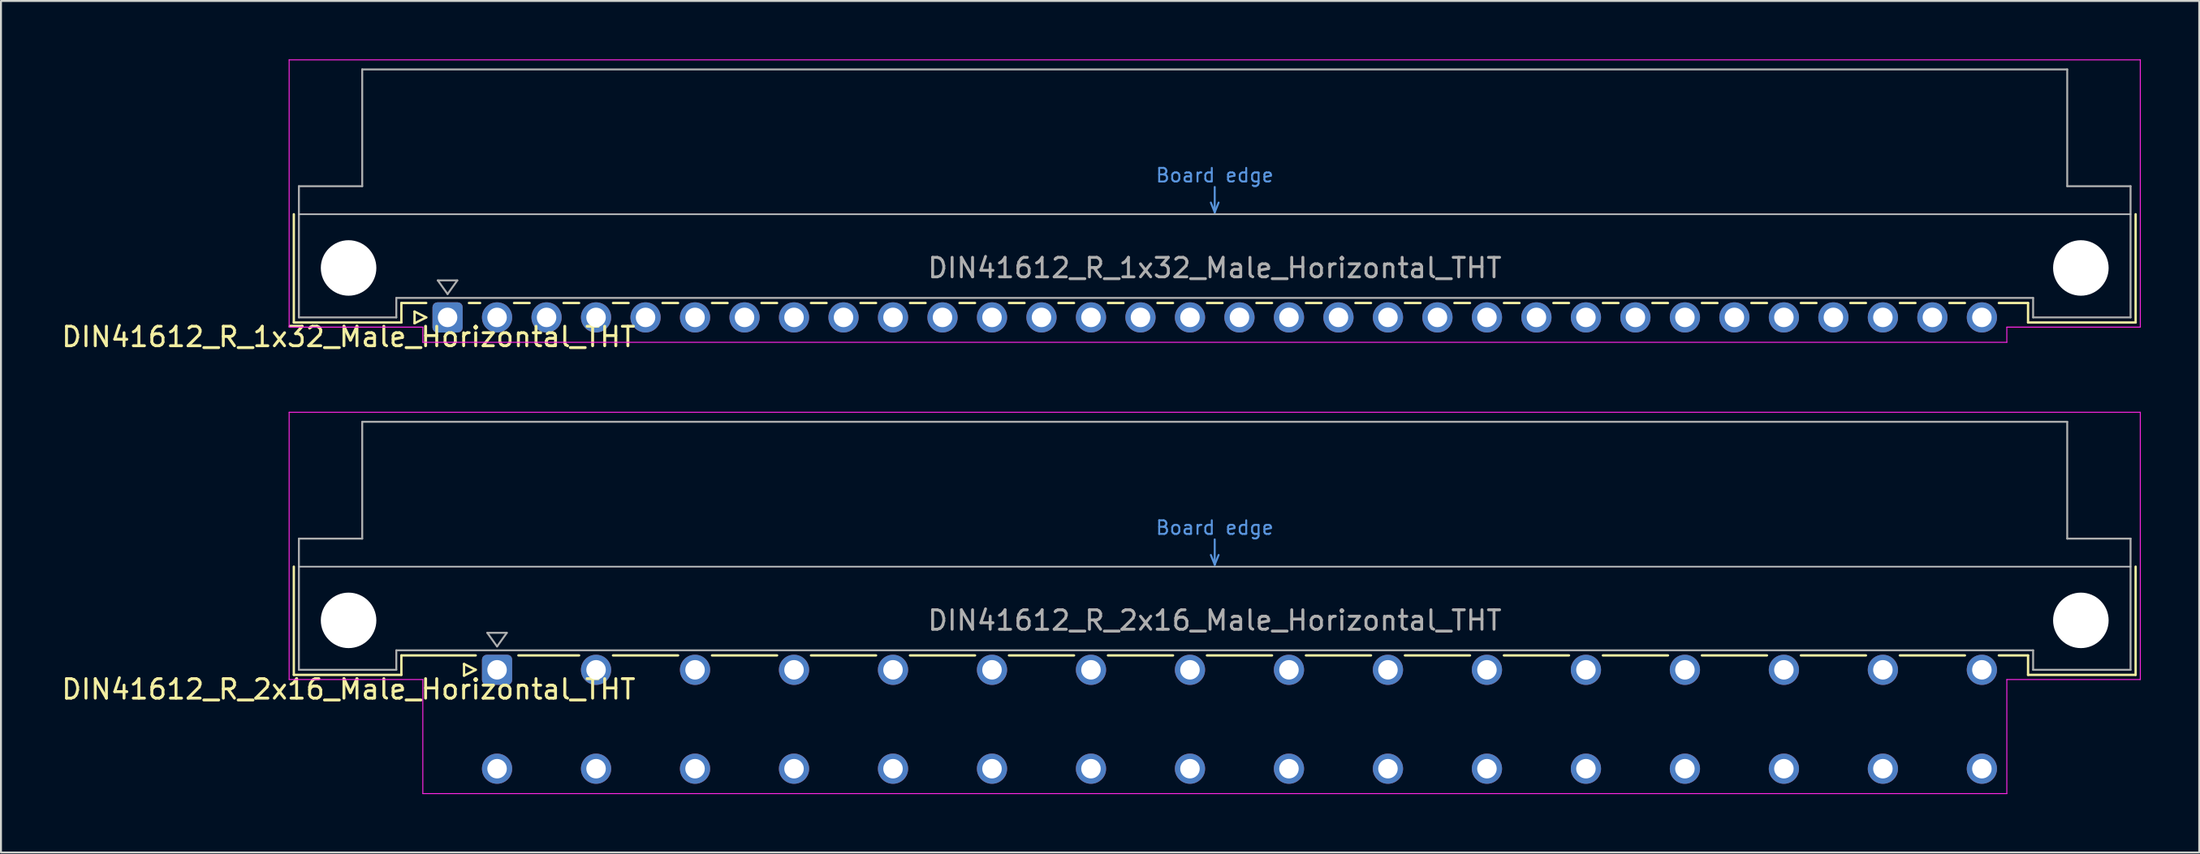
<source format=kicad_pcb>
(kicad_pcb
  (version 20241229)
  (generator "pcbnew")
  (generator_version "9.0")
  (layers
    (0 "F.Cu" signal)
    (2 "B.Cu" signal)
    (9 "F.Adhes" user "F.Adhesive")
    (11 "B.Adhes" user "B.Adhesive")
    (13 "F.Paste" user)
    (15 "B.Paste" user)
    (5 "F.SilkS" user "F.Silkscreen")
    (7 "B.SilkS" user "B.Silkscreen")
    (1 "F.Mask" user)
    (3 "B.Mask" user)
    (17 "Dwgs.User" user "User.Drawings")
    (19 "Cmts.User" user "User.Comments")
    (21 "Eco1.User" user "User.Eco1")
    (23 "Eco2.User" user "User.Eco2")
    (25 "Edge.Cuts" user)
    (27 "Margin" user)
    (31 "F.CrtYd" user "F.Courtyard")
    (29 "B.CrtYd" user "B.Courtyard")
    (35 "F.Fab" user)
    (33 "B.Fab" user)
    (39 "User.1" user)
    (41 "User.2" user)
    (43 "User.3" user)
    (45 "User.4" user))
  (footprint "DIN41612_R_1x32_Male_Horizontal_THT"
    (layer "F.Cu")
    (at 19.919 13.255)
    (property "Reference" "DIN41612_R_1x32_Male_Horizontal_THT" (at -5.08 1 0) (layer "F.SilkS") (effects (font (size 1 1) (thickness 0.15))))
    (attr through_hole)
    (fp_line (start -7.89 -5.3) (end -7.89 0.26) (stroke (width 0.12) (type solid)) (layer "F.SilkS"))
    (fp_line (start -7.89 0.26) (end -2.37 0.26) (stroke (width 0.12) (type solid)) (layer "F.SilkS"))
    (fp_line (start -2.371 -0.74) (end -1.095 -0.74) (stroke (width 0.12) (type solid)) (layer "F.SilkS"))
    (fp_line (start -2.37 0.26) (end -2.37 -0.74) (stroke (width 0.12) (type solid)) (layer "F.SilkS"))
    (fp_line (start -1.695 -0.3) (end -1.695 0.3) (stroke (width 0.12) (type solid)) (layer "F.SilkS"))
    (fp_line (start -1.695 0.3) (end -1.095 0) (stroke (width 0.12) (type solid)) (layer "F.SilkS"))
    (fp_line (start -1.095 0) (end -1.695 -0.3) (stroke (width 0.12) (type solid)) (layer "F.SilkS"))
    (fp_line (start 1.095 -0.74) (end 1.671 -0.74) (stroke (width 0.12) (type solid)) (layer "F.SilkS"))
    (fp_line (start 3.41 -0.74) (end 4.211 -0.74) (stroke (width 0.12) (type solid)) (layer "F.SilkS"))
    (fp_line (start 5.95 -0.74) (end 6.751 -0.74) (stroke (width 0.12) (type solid)) (layer "F.SilkS"))
    (fp_line (start 8.49 -0.74) (end 9.291 -0.74) (stroke (width 0.12) (type solid)) (layer "F.SilkS"))
    (fp_line (start 11.03 -0.74) (end 11.831 -0.74) (stroke (width 0.12) (type solid)) (layer "F.SilkS"))
    (fp_line (start 13.57 -0.74) (end 14.371 -0.74) (stroke (width 0.12) (type solid)) (layer "F.SilkS"))
    (fp_line (start 16.11 -0.74) (end 16.911 -0.74) (stroke (width 0.12) (type solid)) (layer "F.SilkS"))
    (fp_line (start 18.65 -0.74) (end 19.451 -0.74) (stroke (width 0.12) (type solid)) (layer "F.SilkS"))
    (fp_line (start 21.19 -0.74) (end 21.991 -0.74) (stroke (width 0.12) (type solid)) (layer "F.SilkS"))
    (fp_line (start 23.73 -0.74) (end 24.531 -0.74) (stroke (width 0.12) (type solid)) (layer "F.SilkS"))
    (fp_line (start 26.27 -0.74) (end 27.071 -0.74) (stroke (width 0.12) (type solid)) (layer "F.SilkS"))
    (fp_line (start 28.81 -0.74) (end 29.611 -0.74) (stroke (width 0.12) (type solid)) (layer "F.SilkS"))
    (fp_line (start 31.35 -0.74) (end 32.151 -0.74) (stroke (width 0.12) (type solid)) (layer "F.SilkS"))
    (fp_line (start 33.89 -0.74) (end 34.691 -0.74) (stroke (width 0.12) (type solid)) (layer "F.SilkS"))
    (fp_line (start 36.43 -0.74) (end 37.231 -0.74) (stroke (width 0.12) (type solid)) (layer "F.SilkS"))
    (fp_line (start 38.97 -0.74) (end 39.771 -0.74) (stroke (width 0.12) (type solid)) (layer "F.SilkS"))
    (fp_line (start 41.51 -0.74) (end 42.311 -0.74) (stroke (width 0.12) (type solid)) (layer "F.SilkS"))
    (fp_line (start 44.05 -0.74) (end 44.851 -0.74) (stroke (width 0.12) (type solid)) (layer "F.SilkS"))
    (fp_line (start 46.59 -0.74) (end 47.391 -0.74) (stroke (width 0.12) (type solid)) (layer "F.SilkS"))
    (fp_line (start 49.13 -0.74) (end 49.931 -0.74) (stroke (width 0.12) (type solid)) (layer "F.SilkS"))
    (fp_line (start 51.67 -0.74) (end 52.471 -0.74) (stroke (width 0.12) (type solid)) (layer "F.SilkS"))
    (fp_line (start 54.21 -0.74) (end 55.011 -0.74) (stroke (width 0.12) (type solid)) (layer "F.SilkS"))
    (fp_line (start 56.75 -0.74) (end 57.551 -0.74) (stroke (width 0.12) (type solid)) (layer "F.SilkS"))
    (fp_line (start 59.29 -0.74) (end 60.091 -0.74) (stroke (width 0.12) (type solid)) (layer "F.SilkS"))
    (fp_line (start 61.83 -0.74) (end 62.631 -0.74) (stroke (width 0.12) (type solid)) (layer "F.SilkS"))
    (fp_line (start 64.37 -0.74) (end 65.171 -0.74) (stroke (width 0.12) (type solid)) (layer "F.SilkS"))
    (fp_line (start 66.91 -0.74) (end 67.711 -0.74) (stroke (width 0.12) (type solid)) (layer "F.SilkS"))
    (fp_line (start 69.45 -0.74) (end 70.251 -0.74) (stroke (width 0.12) (type solid)) (layer "F.SilkS"))
    (fp_line (start 71.99 -0.74) (end 72.791 -0.74) (stroke (width 0.12) (type solid)) (layer "F.SilkS"))
    (fp_line (start 74.53 -0.74) (end 75.331 -0.74) (stroke (width 0.12) (type solid)) (layer "F.SilkS"))
    (fp_line (start 77.07 -0.74) (end 77.871 -0.74) (stroke (width 0.12) (type solid)) (layer "F.SilkS"))
    (fp_line (start 79.61 -0.74) (end 81.11 -0.74) (stroke (width 0.12) (type solid)) (layer "F.SilkS"))
    (fp_line (start 81.11 0.26) (end 81.11 -0.74) (stroke (width 0.12) (type solid)) (layer "F.SilkS"))
    (fp_line (start 86.63 -5.3) (end 86.63 0.26) (stroke (width 0.12) (type solid)) (layer "F.SilkS"))
    (fp_line (start 86.63 0.26) (end 81.11 0.26) (stroke (width 0.12) (type solid)) (layer "F.SilkS"))
    (fp_line (start -7.63 -5.3) (end 86.37 -5.3) (stroke (width 0.08) (type solid)) (layer "Dwgs.User"))
    (fp_line (start 39.17 -5.9) (end 39.37 -5.4) (stroke (width 0.1) (type solid)) (layer "Cmts.User"))
    (fp_line (start 39.37 -5.4) (end 39.37 -6.7) (stroke (width 0.1) (type solid)) (layer "Cmts.User"))
    (fp_line (start 39.37 -5.4) (end 39.57 -5.9) (stroke (width 0.1) (type solid)) (layer "Cmts.User"))
    (fp_line (start -8.13 -13.23) (end -8.13 0.5) (stroke (width 0.05) (type solid)) (layer "F.CrtYd"))
    (fp_line (start -8.13 0.5) (end -1.27 0.5) (stroke (width 0.05) (type solid)) (layer "F.CrtYd"))
    (fp_line (start -1.27 0.5) (end -1.27 1.28) (stroke (width 0.05) (type solid)) (layer "F.CrtYd"))
    (fp_line (start -1.27 1.28) (end 80.02 1.28) (stroke (width 0.05) (type solid)) (layer "F.CrtYd"))
    (fp_line (start 80.02 0.5) (end 86.87 0.5) (stroke (width 0.05) (type solid)) (layer "F.CrtYd"))
    (fp_line (start 80.02 1.28) (end 80.02 0.5) (stroke (width 0.05) (type solid)) (layer "F.CrtYd"))
    (fp_line (start 86.87 -13.23) (end -8.13 -13.23) (stroke (width 0.05) (type solid)) (layer "F.CrtYd"))
    (fp_line (start 86.87 0.5) (end 86.87 -13.23) (stroke (width 0.05) (type solid)) (layer "F.CrtYd"))
    (fp_line (start -7.63 -6.74) (end -7.63 0) (stroke (width 0.1) (type solid)) (layer "F.Fab"))
    (fp_line (start -7.63 0) (end -2.63 0) (stroke (width 0.1) (type solid)) (layer "F.Fab"))
    (fp_line (start -4.38 -12.74) (end -4.38 -6.74) (stroke (width 0.1) (type solid)) (layer "F.Fab"))
    (fp_line (start -4.38 -6.74) (end -7.63 -6.74) (stroke (width 0.1) (type solid)) (layer "F.Fab"))
    (fp_line (start -2.63 -1) (end 81.37 -1) (stroke (width 0.1) (type solid)) (layer "F.Fab"))
    (fp_line (start -2.63 0) (end -2.63 -1) (stroke (width 0.1) (type solid)) (layer "F.Fab"))
    (fp_line (start -0.5 -1.9) (end 0.5 -1.9) (stroke (width 0.1) (type solid)) (layer "F.Fab"))
    (fp_line (start 0 -1.2) (end -0.5 -1.9) (stroke (width 0.1) (type solid)) (layer "F.Fab"))
    (fp_line (start 0.5 -1.9) (end 0 -1.2) (stroke (width 0.1) (type solid)) (layer "F.Fab"))
    (fp_line (start 81.37 -1) (end 81.37 0) (stroke (width 0.1) (type solid)) (layer "F.Fab"))
    (fp_line (start 81.37 0) (end 86.37 0) (stroke (width 0.1) (type solid)) (layer "F.Fab"))
    (fp_line (start 83.12 -12.74) (end -4.38 -12.74) (stroke (width 0.1) (type solid)) (layer "F.Fab"))
    (fp_line (start 83.12 -6.74) (end 83.12 -12.74) (stroke (width 0.1) (type solid)) (layer "F.Fab"))
    (fp_line (start 86.37 -6.74) (end 83.12 -6.74) (stroke (width 0.1) (type solid)) (layer "F.Fab"))
    (fp_line (start 86.37 0) (end 86.37 -6.74) (stroke (width 0.1) (type solid)) (layer "F.Fab"))
    (fp_text user "Board edge" (at 39.37 -7.3 0) (layer "Cmts.User") (effects (font (size 0.7 0.7) (thickness 0.1))))
    (fp_text user "${REFERENCE}" (at 39.37 -2.54 0) (layer "F.Fab") (effects (font (size 1 1) (thickness 0.15))))
    (pad "" np_thru_hole circle (at -5.08 -2.54) (size 2.85 2.85) (drill 2.85) (layers "*.Cu" "*.Mask"))
    (pad "" np_thru_hole circle (at 83.82 -2.54) (size 2.85 2.85) (drill 2.85) (layers "*.Cu" "*.Mask"))
    (pad "a1" thru_hole roundrect (at 0 0) (size 1.55 1.55) (drill 1) (layers "*.Cu" "*.Mask") (roundrect_rratio 0.161))
    (pad "a2" thru_hole circle (at 2.54 0) (size 1.55 1.55) (drill 1) (layers "*.Cu" "*.Mask"))
    (pad "a3" thru_hole circle (at 5.08 0) (size 1.55 1.55) (drill 1) (layers "*.Cu" "*.Mask"))
    (pad "a4" thru_hole circle (at 7.62 0) (size 1.55 1.55) (drill 1) (layers "*.Cu" "*.Mask"))
    (pad "a5" thru_hole circle (at 10.16 0) (size 1.55 1.55) (drill 1) (layers "*.Cu" "*.Mask"))
    (pad "a6" thru_hole circle (at 12.7 0) (size 1.55 1.55) (drill 1) (layers "*.Cu" "*.Mask"))
    (pad "a7" thru_hole circle (at 15.24 0) (size 1.55 1.55) (drill 1) (layers "*.Cu" "*.Mask"))
    (pad "a8" thru_hole circle (at 17.78 0) (size 1.55 1.55) (drill 1) (layers "*.Cu" "*.Mask"))
    (pad "a9" thru_hole circle (at 20.32 0) (size 1.55 1.55) (drill 1) (layers "*.Cu" "*.Mask"))
    (pad "a10" thru_hole circle (at 22.86 0) (size 1.55 1.55) (drill 1) (layers "*.Cu" "*.Mask"))
    (pad "a11" thru_hole circle (at 25.4 0) (size 1.55 1.55) (drill 1) (layers "*.Cu" "*.Mask"))
    (pad "a12" thru_hole circle (at 27.94 0) (size 1.55 1.55) (drill 1) (layers "*.Cu" "*.Mask"))
    (pad "a13" thru_hole circle (at 30.48 0) (size 1.55 1.55) (drill 1) (layers "*.Cu" "*.Mask"))
    (pad "a14" thru_hole circle (at 33.02 0) (size 1.55 1.55) (drill 1) (layers "*.Cu" "*.Mask"))
    (pad "a15" thru_hole circle (at 35.56 0) (size 1.55 1.55) (drill 1) (layers "*.Cu" "*.Mask"))
    (pad "a16" thru_hole circle (at 38.1 0) (size 1.55 1.55) (drill 1) (layers "*.Cu" "*.Mask"))
    (pad "a17" thru_hole circle (at 40.64 0) (size 1.55 1.55) (drill 1) (layers "*.Cu" "*.Mask"))
    (pad "a18" thru_hole circle (at 43.18 0) (size 1.55 1.55) (drill 1) (layers "*.Cu" "*.Mask"))
    (pad "a19" thru_hole circle (at 45.72 0) (size 1.55 1.55) (drill 1) (layers "*.Cu" "*.Mask"))
    (pad "a20" thru_hole circle (at 48.26 0) (size 1.55 1.55) (drill 1) (layers "*.Cu" "*.Mask"))
    (pad "a21" thru_hole circle (at 50.8 0) (size 1.55 1.55) (drill 1) (layers "*.Cu" "*.Mask"))
    (pad "a22" thru_hole circle (at 53.34 0) (size 1.55 1.55) (drill 1) (layers "*.Cu" "*.Mask"))
    (pad "a23" thru_hole circle (at 55.88 0) (size 1.55 1.55) (drill 1) (layers "*.Cu" "*.Mask"))
    (pad "a24" thru_hole circle (at 58.42 0) (size 1.55 1.55) (drill 1) (layers "*.Cu" "*.Mask"))
    (pad "a25" thru_hole circle (at 60.96 0) (size 1.55 1.55) (drill 1) (layers "*.Cu" "*.Mask"))
    (pad "a26" thru_hole circle (at 63.5 0) (size 1.55 1.55) (drill 1) (layers "*.Cu" "*.Mask"))
    (pad "a27" thru_hole circle (at 66.04 0) (size 1.55 1.55) (drill 1) (layers "*.Cu" "*.Mask"))
    (pad "a28" thru_hole circle (at 68.58 0) (size 1.55 1.55) (drill 1) (layers "*.Cu" "*.Mask"))
    (pad "a29" thru_hole circle (at 71.12 0) (size 1.55 1.55) (drill 1) (layers "*.Cu" "*.Mask"))
    (pad "a30" thru_hole circle (at 73.66 0) (size 1.55 1.55) (drill 1) (layers "*.Cu" "*.Mask"))
    (pad "a31" thru_hole circle (at 76.2 0) (size 1.55 1.55) (drill 1) (layers "*.Cu" "*.Mask"))
    (pad "a32" thru_hole circle (at 78.74 0) (size 1.55 1.55) (drill 1) (layers "*.Cu" "*.Mask")))
  (footprint "DIN41612_R_2x16_Male_Horizontal_THT"
    (layer "F.Cu")
    (at 19.919 31.358)
    (property "Reference" "DIN41612_R_2x16_Male_Horizontal_THT" (at -5.08 1 0) (layer "F.SilkS") (effects (font (size 1 1) (thickness 0.15))))
    (attr through_hole)
    (fp_line (start -7.89 -5.3) (end -7.89 0.26) (stroke (width 0.12) (type solid)) (layer "F.SilkS"))
    (fp_line (start -7.89 0.26) (end -2.37 0.26) (stroke (width 0.12) (type solid)) (layer "F.SilkS"))
    (fp_line (start -2.371 -0.74) (end 1.445 -0.74) (stroke (width 0.12) (type solid)) (layer "F.SilkS"))
    (fp_line (start -2.37 0.26) (end -2.37 -0.74) (stroke (width 0.12) (type solid)) (layer "F.SilkS"))
    (fp_line (start 0.845 -0.3) (end 0.845 0.3) (stroke (width 0.12) (type solid)) (layer "F.SilkS"))
    (fp_line (start 0.845 0.3) (end 1.445 0) (stroke (width 0.12) (type solid)) (layer "F.SilkS"))
    (fp_line (start 1.445 0) (end 0.845 -0.3) (stroke (width 0.12) (type solid)) (layer "F.SilkS"))
    (fp_line (start 3.635 -0.74) (end 6.751 -0.74) (stroke (width 0.12) (type solid)) (layer "F.SilkS"))
    (fp_line (start 8.49 -0.74) (end 11.831 -0.74) (stroke (width 0.12) (type solid)) (layer "F.SilkS"))
    (fp_line (start 13.57 -0.74) (end 16.911 -0.74) (stroke (width 0.12) (type solid)) (layer "F.SilkS"))
    (fp_line (start 18.65 -0.74) (end 21.991 -0.74) (stroke (width 0.12) (type solid)) (layer "F.SilkS"))
    (fp_line (start 23.73 -0.74) (end 27.071 -0.74) (stroke (width 0.12) (type solid)) (layer "F.SilkS"))
    (fp_line (start 28.81 -0.74) (end 32.151 -0.74) (stroke (width 0.12) (type solid)) (layer "F.SilkS"))
    (fp_line (start 33.89 -0.74) (end 37.231 -0.74) (stroke (width 0.12) (type solid)) (layer "F.SilkS"))
    (fp_line (start 38.97 -0.74) (end 42.311 -0.74) (stroke (width 0.12) (type solid)) (layer "F.SilkS"))
    (fp_line (start 44.05 -0.74) (end 47.391 -0.74) (stroke (width 0.12) (type solid)) (layer "F.SilkS"))
    (fp_line (start 49.13 -0.74) (end 52.471 -0.74) (stroke (width 0.12) (type solid)) (layer "F.SilkS"))
    (fp_line (start 54.21 -0.74) (end 57.551 -0.74) (stroke (width 0.12) (type solid)) (layer "F.SilkS"))
    (fp_line (start 59.29 -0.74) (end 62.631 -0.74) (stroke (width 0.12) (type solid)) (layer "F.SilkS"))
    (fp_line (start 64.37 -0.74) (end 67.711 -0.74) (stroke (width 0.12) (type solid)) (layer "F.SilkS"))
    (fp_line (start 69.45 -0.74) (end 72.791 -0.74) (stroke (width 0.12) (type solid)) (layer "F.SilkS"))
    (fp_line (start 74.53 -0.74) (end 77.871 -0.74) (stroke (width 0.12) (type solid)) (layer "F.SilkS"))
    (fp_line (start 79.61 -0.74) (end 81.11 -0.74) (stroke (width 0.12) (type solid)) (layer "F.SilkS"))
    (fp_line (start 81.11 0.26) (end 81.11 -0.74) (stroke (width 0.12) (type solid)) (layer "F.SilkS"))
    (fp_line (start 86.63 -5.3) (end 86.63 0.26) (stroke (width 0.12) (type solid)) (layer "F.SilkS"))
    (fp_line (start 86.63 0.26) (end 81.11 0.26) (stroke (width 0.12) (type solid)) (layer "F.SilkS"))
    (fp_line (start -7.63 -5.3) (end 86.37 -5.3) (stroke (width 0.08) (type solid)) (layer "Dwgs.User"))
    (fp_line (start 39.17 -5.9) (end 39.37 -5.4) (stroke (width 0.1) (type solid)) (layer "Cmts.User"))
    (fp_line (start 39.37 -5.4) (end 39.37 -6.7) (stroke (width 0.1) (type solid)) (layer "Cmts.User"))
    (fp_line (start 39.37 -5.4) (end 39.57 -5.9) (stroke (width 0.1) (type solid)) (layer "Cmts.User"))
    (fp_line (start -8.13 -13.23) (end -8.13 0.5) (stroke (width 0.05) (type solid)) (layer "F.CrtYd"))
    (fp_line (start -8.13 0.5) (end -1.27 0.5) (stroke (width 0.05) (type solid)) (layer "F.CrtYd"))
    (fp_line (start -1.27 0.5) (end -1.27 6.36) (stroke (width 0.05) (type solid)) (layer "F.CrtYd"))
    (fp_line (start -1.27 6.36) (end 80.02 6.36) (stroke (width 0.05) (type solid)) (layer "F.CrtYd"))
    (fp_line (start 80.02 0.5) (end 86.87 0.5) (stroke (width 0.05) (type solid)) (layer "F.CrtYd"))
    (fp_line (start 80.02 6.36) (end 80.02 0.5) (stroke (width 0.05) (type solid)) (layer "F.CrtYd"))
    (fp_line (start 86.87 -13.23) (end -8.13 -13.23) (stroke (width 0.05) (type solid)) (layer "F.CrtYd"))
    (fp_line (start 86.87 0.5) (end 86.87 -13.23) (stroke (width 0.05) (type solid)) (layer "F.CrtYd"))
    (fp_line (start -7.63 -6.74) (end -7.63 0) (stroke (width 0.1) (type solid)) (layer "F.Fab"))
    (fp_line (start -7.63 0) (end -2.63 0) (stroke (width 0.1) (type solid)) (layer "F.Fab"))
    (fp_line (start -4.38 -12.74) (end -4.38 -6.74) (stroke (width 0.1) (type solid)) (layer "F.Fab"))
    (fp_line (start -4.38 -6.74) (end -7.63 -6.74) (stroke (width 0.1) (type solid)) (layer "F.Fab"))
    (fp_line (start -2.63 -1) (end 81.37 -1) (stroke (width 0.1) (type solid)) (layer "F.Fab"))
    (fp_line (start -2.63 0) (end -2.63 -1) (stroke (width 0.1) (type solid)) (layer "F.Fab"))
    (fp_line (start 2.04 -1.9) (end 3.04 -1.9) (stroke (width 0.1) (type solid)) (layer "F.Fab"))
    (fp_line (start 2.54 -1.2) (end 2.04 -1.9) (stroke (width 0.1) (type solid)) (layer "F.Fab"))
    (fp_line (start 3.04 -1.9) (end 2.54 -1.2) (stroke (width 0.1) (type solid)) (layer "F.Fab"))
    (fp_line (start 81.37 -1) (end 81.37 0) (stroke (width 0.1) (type solid)) (layer "F.Fab"))
    (fp_line (start 81.37 0) (end 86.37 0) (stroke (width 0.1) (type solid)) (layer "F.Fab"))
    (fp_line (start 83.12 -12.74) (end -4.38 -12.74) (stroke (width 0.1) (type solid)) (layer "F.Fab"))
    (fp_line (start 83.12 -6.74) (end 83.12 -12.74) (stroke (width 0.1) (type solid)) (layer "F.Fab"))
    (fp_line (start 86.37 -6.74) (end 83.12 -6.74) (stroke (width 0.1) (type solid)) (layer "F.Fab"))
    (fp_line (start 86.37 0) (end 86.37 -6.74) (stroke (width 0.1) (type solid)) (layer "F.Fab"))
    (fp_text user "Board edge" (at 39.37 -7.3 0) (layer "Cmts.User") (effects (font (size 0.7 0.7) (thickness 0.1))))
    (fp_text user "${REFERENCE}" (at 39.37 -2.54 0) (layer "F.Fab") (effects (font (size 1 1) (thickness 0.15))))
    (pad "" np_thru_hole circle (at -5.08 -2.54) (size 2.85 2.85) (drill 2.85) (layers "*.Cu" "*.Mask"))
    (pad "" np_thru_hole circle (at 83.82 -2.54) (size 2.85 2.85) (drill 2.85) (layers "*.Cu" "*.Mask"))
    (pad "a2" thru_hole roundrect (at 2.54 0) (size 1.55 1.55) (drill 1) (layers "*.Cu" "*.Mask") (roundrect_rratio 0.161))
    (pad "a4" thru_hole circle (at 7.62 0) (size 1.55 1.55) (drill 1) (layers "*.Cu" "*.Mask"))
    (pad "a6" thru_hole circle (at 12.7 0) (size 1.55 1.55) (drill 1) (layers "*.Cu" "*.Mask"))
    (pad "a8" thru_hole circle (at 17.78 0) (size 1.55 1.55) (drill 1) (layers "*.Cu" "*.Mask"))
    (pad "a10" thru_hole circle (at 22.86 0) (size 1.55 1.55) (drill 1) (layers "*.Cu" "*.Mask"))
    (pad "a12" thru_hole circle (at 27.94 0) (size 1.55 1.55) (drill 1) (layers "*.Cu" "*.Mask"))
    (pad "a14" thru_hole circle (at 33.02 0) (size 1.55 1.55) (drill 1) (layers "*.Cu" "*.Mask"))
    (pad "a16" thru_hole circle (at 38.1 0) (size 1.55 1.55) (drill 1) (layers "*.Cu" "*.Mask"))
    (pad "a18" thru_hole circle (at 43.18 0) (size 1.55 1.55) (drill 1) (layers "*.Cu" "*.Mask"))
    (pad "a20" thru_hole circle (at 48.26 0) (size 1.55 1.55) (drill 1) (layers "*.Cu" "*.Mask"))
    (pad "a22" thru_hole circle (at 53.34 0) (size 1.55 1.55) (drill 1) (layers "*.Cu" "*.Mask"))
    (pad "a24" thru_hole circle (at 58.42 0) (size 1.55 1.55) (drill 1) (layers "*.Cu" "*.Mask"))
    (pad "a26" thru_hole circle (at 63.5 0) (size 1.55 1.55) (drill 1) (layers "*.Cu" "*.Mask"))
    (pad "a28" thru_hole circle (at 68.58 0) (size 1.55 1.55) (drill 1) (layers "*.Cu" "*.Mask"))
    (pad "a30" thru_hole circle (at 73.66 0) (size 1.55 1.55) (drill 1) (layers "*.Cu" "*.Mask"))
    (pad "a32" thru_hole circle (at 78.74 0) (size 1.55 1.55) (drill 1) (layers "*.Cu" "*.Mask"))
    (pad "c2" thru_hole circle (at 2.54 5.08) (size 1.55 1.55) (drill 1) (layers "*.Cu" "*.Mask"))
    (pad "c4" thru_hole circle (at 7.62 5.08) (size 1.55 1.55) (drill 1) (layers "*.Cu" "*.Mask"))
    (pad "c6" thru_hole circle (at 12.7 5.08) (size 1.55 1.55) (drill 1) (layers "*.Cu" "*.Mask"))
    (pad "c8" thru_hole circle (at 17.78 5.08) (size 1.55 1.55) (drill 1) (layers "*.Cu" "*.Mask"))
    (pad "c10" thru_hole circle (at 22.86 5.08) (size 1.55 1.55) (drill 1) (layers "*.Cu" "*.Mask"))
    (pad "c12" thru_hole circle (at 27.94 5.08) (size 1.55 1.55) (drill 1) (layers "*.Cu" "*.Mask"))
    (pad "c14" thru_hole circle (at 33.02 5.08) (size 1.55 1.55) (drill 1) (layers "*.Cu" "*.Mask"))
    (pad "c16" thru_hole circle (at 38.1 5.08) (size 1.55 1.55) (drill 1) (layers "*.Cu" "*.Mask"))
    (pad "c18" thru_hole circle (at 43.18 5.08) (size 1.55 1.55) (drill 1) (layers "*.Cu" "*.Mask"))
    (pad "c20" thru_hole circle (at 48.26 5.08) (size 1.55 1.55) (drill 1) (layers "*.Cu" "*.Mask"))
    (pad "c22" thru_hole circle (at 53.34 5.08) (size 1.55 1.55) (drill 1) (layers "*.Cu" "*.Mask"))
    (pad "c24" thru_hole circle (at 58.42 5.08) (size 1.55 1.55) (drill 1) (layers "*.Cu" "*.Mask"))
    (pad "c26" thru_hole circle (at 63.5 5.08) (size 1.55 1.55) (drill 1) (layers "*.Cu" "*.Mask"))
    (pad "c28" thru_hole circle (at 68.58 5.08) (size 1.55 1.55) (drill 1) (layers "*.Cu" "*.Mask"))
    (pad "c30" thru_hole circle (at 73.66 5.08) (size 1.55 1.55) (drill 1) (layers "*.Cu" "*.Mask"))
    (pad "c32" thru_hole circle (at 78.74 5.08) (size 1.55 1.55) (drill 1) (layers "*.Cu" "*.Mask")))
  (gr_rect
    (start -3 -3)
    (end 109.814 40.743)
    (stroke (width 0.1) (type default))
    (fill no)
    (layer "Edge.Cuts")))
</source>
